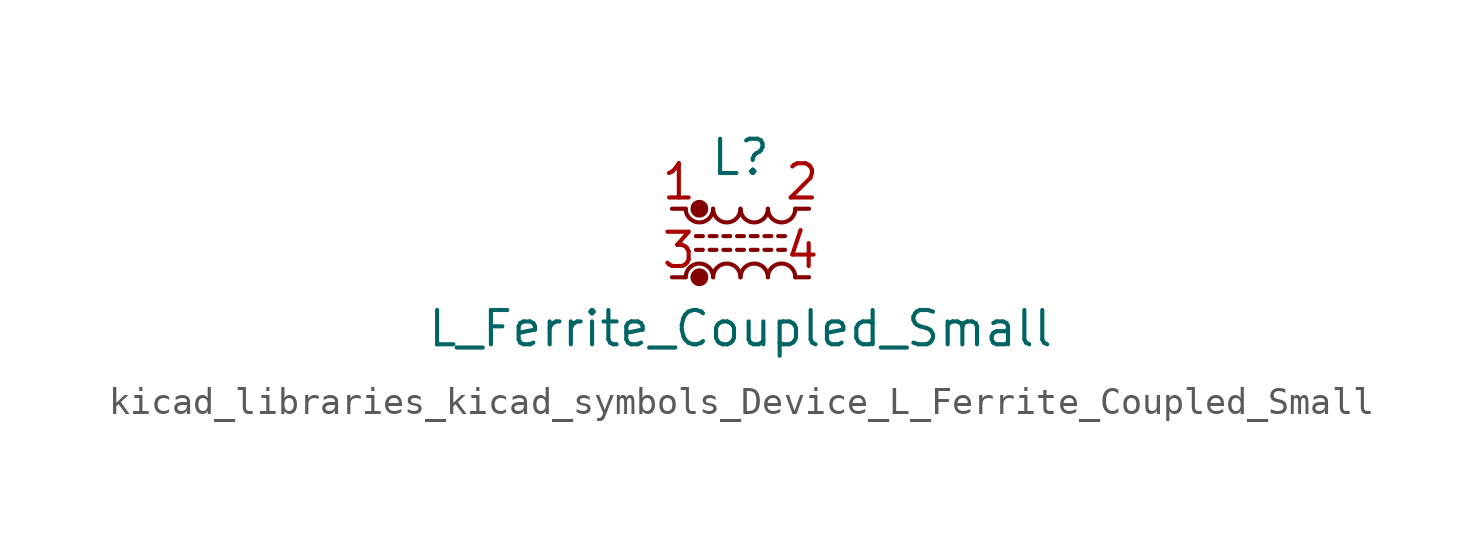
<source format=kicad_sym>
(kicad_symbol_lib
  (version 20220914)
  (generator kicad_symbol_editor)
  (symbol "kicad_libraries_kicad_symbols_Device_L_Ferrite_Coupled_Small"
    (pin_names
      (offset 0.254) hide)
    (property "Reference" "L"
      (at 0 3.175 0)
      (effects (font (size 1.27 1.27))))
    (property "Value" "L_Ferrite_Coupled_Small"
      (at 0 -3.175 0)
      (effects (font (size 1.27 1.27))))
    (symbol "kicad_libraries_kicad_symbols_Device_L_Ferrite_Coupled_Small_0_1"
      (arc (start -2.032 1.27) (mid -1.524 0.7642) (end -1.016 1.27) (stroke (width 0) (type default)) (fill (type none)))
      (circle (center -1.524 -1.27) (radius 0.254) (stroke (width 0) (type default)) (fill (type outline)))
      (circle (center -1.524 1.27) (radius 0.254) (stroke (width 0) (type default)) (fill (type outline)))
      (arc (start -1.016 -1.27) (mid -1.524 -0.7642) (end -2.032 -1.27) (stroke (width 0) (type default)) (fill (type none)))
      (arc (start -1.016 1.27) (mid -0.508 0.7642) (end 0 1.27) (stroke (width 0) (type default)) (fill (type none)))
      (arc (start 0 -1.27) (mid -0.508 -0.7642) (end -1.016 -1.27) (stroke (width 0) (type default)) (fill (type none)))
      (polyline (pts (xy -1.651 0.254) (xy -1.397 0.254)) (stroke (width 0) (type default)) (fill (type none)))
      (polyline (pts (xy -1.397 -0.254) (xy -1.651 -0.254)) (stroke (width 0) (type default)) (fill (type none)))
      (polyline (pts (xy -1.143 0.254) (xy -0.889 0.254)) (stroke (width 0) (type default)) (fill (type none)))
      (polyline (pts (xy -0.889 -0.254) (xy -1.143 -0.254)) (stroke (width 0) (type default)) (fill (type none)))
      (polyline (pts (xy -0.635 0.254) (xy -0.381 0.254)) (stroke (width 0) (type default)) (fill (type none)))
      (polyline (pts (xy -0.381 -0.254) (xy -0.635 -0.254)) (stroke (width 0) (type default)) (fill (type none)))
      (polyline (pts (xy -0.127 0.254) (xy 0.127 0.254)) (stroke (width 0) (type default)) (fill (type none)))
      (polyline (pts (xy 0.127 -0.254) (xy -0.127 -0.254)) (stroke (width 0) (type default)) (fill (type none)))
      (polyline (pts (xy 0.381 0.254) (xy 0.635 0.254)) (stroke (width 0) (type default)) (fill (type none)))
      (polyline (pts (xy 0.635 -0.254) (xy 0.381 -0.254)) (stroke (width 0) (type default)) (fill (type none)))
      (polyline (pts (xy 0.889 0.254) (xy 1.143 0.254)) (stroke (width 0) (type default)) (fill (type none)))
      (polyline (pts (xy 1.143 -0.254) (xy 0.889 -0.254)) (stroke (width 0) (type default)) (fill (type none)))
      (polyline (pts (xy 1.397 0.254) (xy 1.651 0.254)) (stroke (width 0) (type default)) (fill (type none)))
      (polyline (pts (xy 1.651 -0.254) (xy 1.397 -0.254)) (stroke (width 0) (type default)) (fill (type none)))
      (arc (start 0 1.27) (mid 0.508 0.7642) (end 1.016 1.27) (stroke (width 0) (type default)) (fill (type none)))
      (arc (start 1.016 -1.27) (mid 0.508 -0.7642) (end 0 -1.27) (stroke (width 0) (type default)) (fill (type none)))
      (arc (start 1.016 1.27) (mid 1.524 0.7642) (end 2.032 1.27) (stroke (width 0) (type default)) (fill (type none)))
      (arc (start 2.032 -1.27) (mid 1.524 -0.7642) (end 1.016 -1.27) (stroke (width 0) (type default)) (fill (type none))))
    (symbol "kicad_libraries_kicad_symbols_Device_L_Ferrite_Coupled_Small_1_1"
      (pin passive line (at -2.54 1.27 0) (length 0.508) (name "1" (effects (font (size 1.27 1.27)))) (number "1" (effects (font (size 1.27 1.27)))))
      (pin passive line (at 2.54 1.27 180) (length 0.508) (name "2" (effects (font (size 1.27 1.27)))) (number "2" (effects (font (size 1.27 1.27)))))
      (pin passive line (at -2.54 -1.27 0) (length 0.508) (name "3" (effects (font (size 1.27 1.27)))) (number "3" (effects (font (size 1.27 1.27)))))
      (pin passive line (at 2.54 -1.27 180) (length 0.508) (name "4" (effects (font (size 1.27 1.27)))) (number "4" (effects (font (size 1.27 1.27))))))))
</source>
